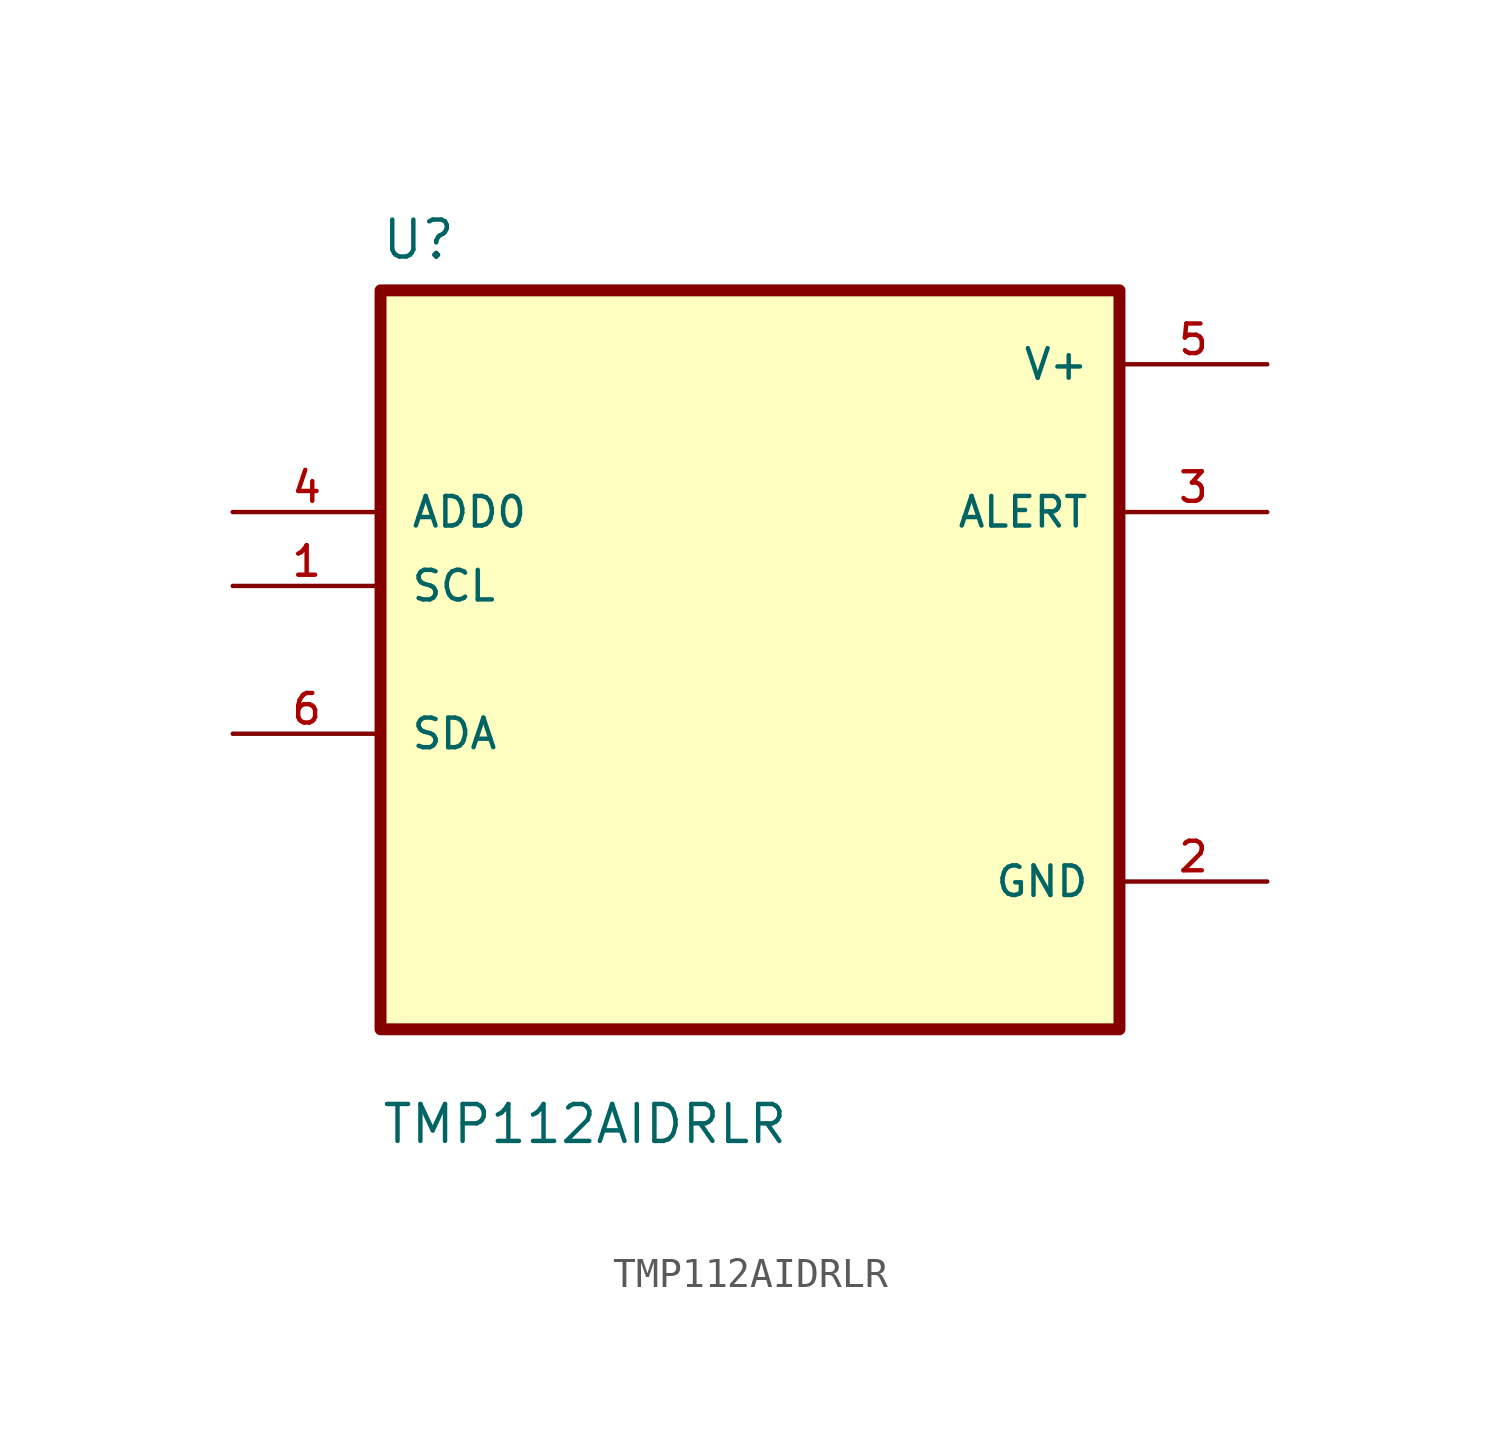
<source format=kicad_sym>
(kicad_symbol_lib
  (version 20211014)
  (generator kicad_symbol_editor)
  (symbol "TMP112AIDRLR"
    (pin_names
      (offset 1.016))
    (property "Reference" "U"
      (at -12.7 13.7 0.0)
      (effects (font (size 1.27 1.27)) (justify bottom left)))
    (property "Value" "TMP112AIDRLR"
      (at -12.7 -16.7 0.0)
      (effects (font (size 1.27 1.27)) (justify bottom left)))
    (symbol "TMP112AIDRLR_0_0"
      (rectangle (start -12.7 -12.7) (end 12.7 12.7) (stroke (width 0.41)) (fill (type background)))
      (pin input line (at -17.78 5.08 0) (length 5.08) (name "ADD0" (effects (font (size 1.016 1.016)))) (number "4" (effects (font (size 1.016 1.016)))))
      (pin input line (at -17.78 2.54 0) (length 5.08) (name "SCL" (effects (font (size 1.016 1.016)))) (number "1" (effects (font (size 1.016 1.016)))))
      (pin bidirectional line (at -17.78 -2.54 0) (length 5.08) (name "SDA" (effects (font (size 1.016 1.016)))) (number "6" (effects (font (size 1.016 1.016)))))
      (pin power_in line (at 17.78 10.16 180.0) (length 5.08) (name "V+" (effects (font (size 1.016 1.016)))) (number "5" (effects (font (size 1.016 1.016)))))
      (pin output line (at 17.78 5.08 180.0) (length 5.08) (name "ALERT" (effects (font (size 1.016 1.016)))) (number "3" (effects (font (size 1.016 1.016)))))
      (pin power_in line (at 17.78 -7.62 180.0) (length 5.08) (name "GND" (effects (font (size 1.016 1.016)))) (number "2" (effects (font (size 1.016 1.016))))))))
</source>
